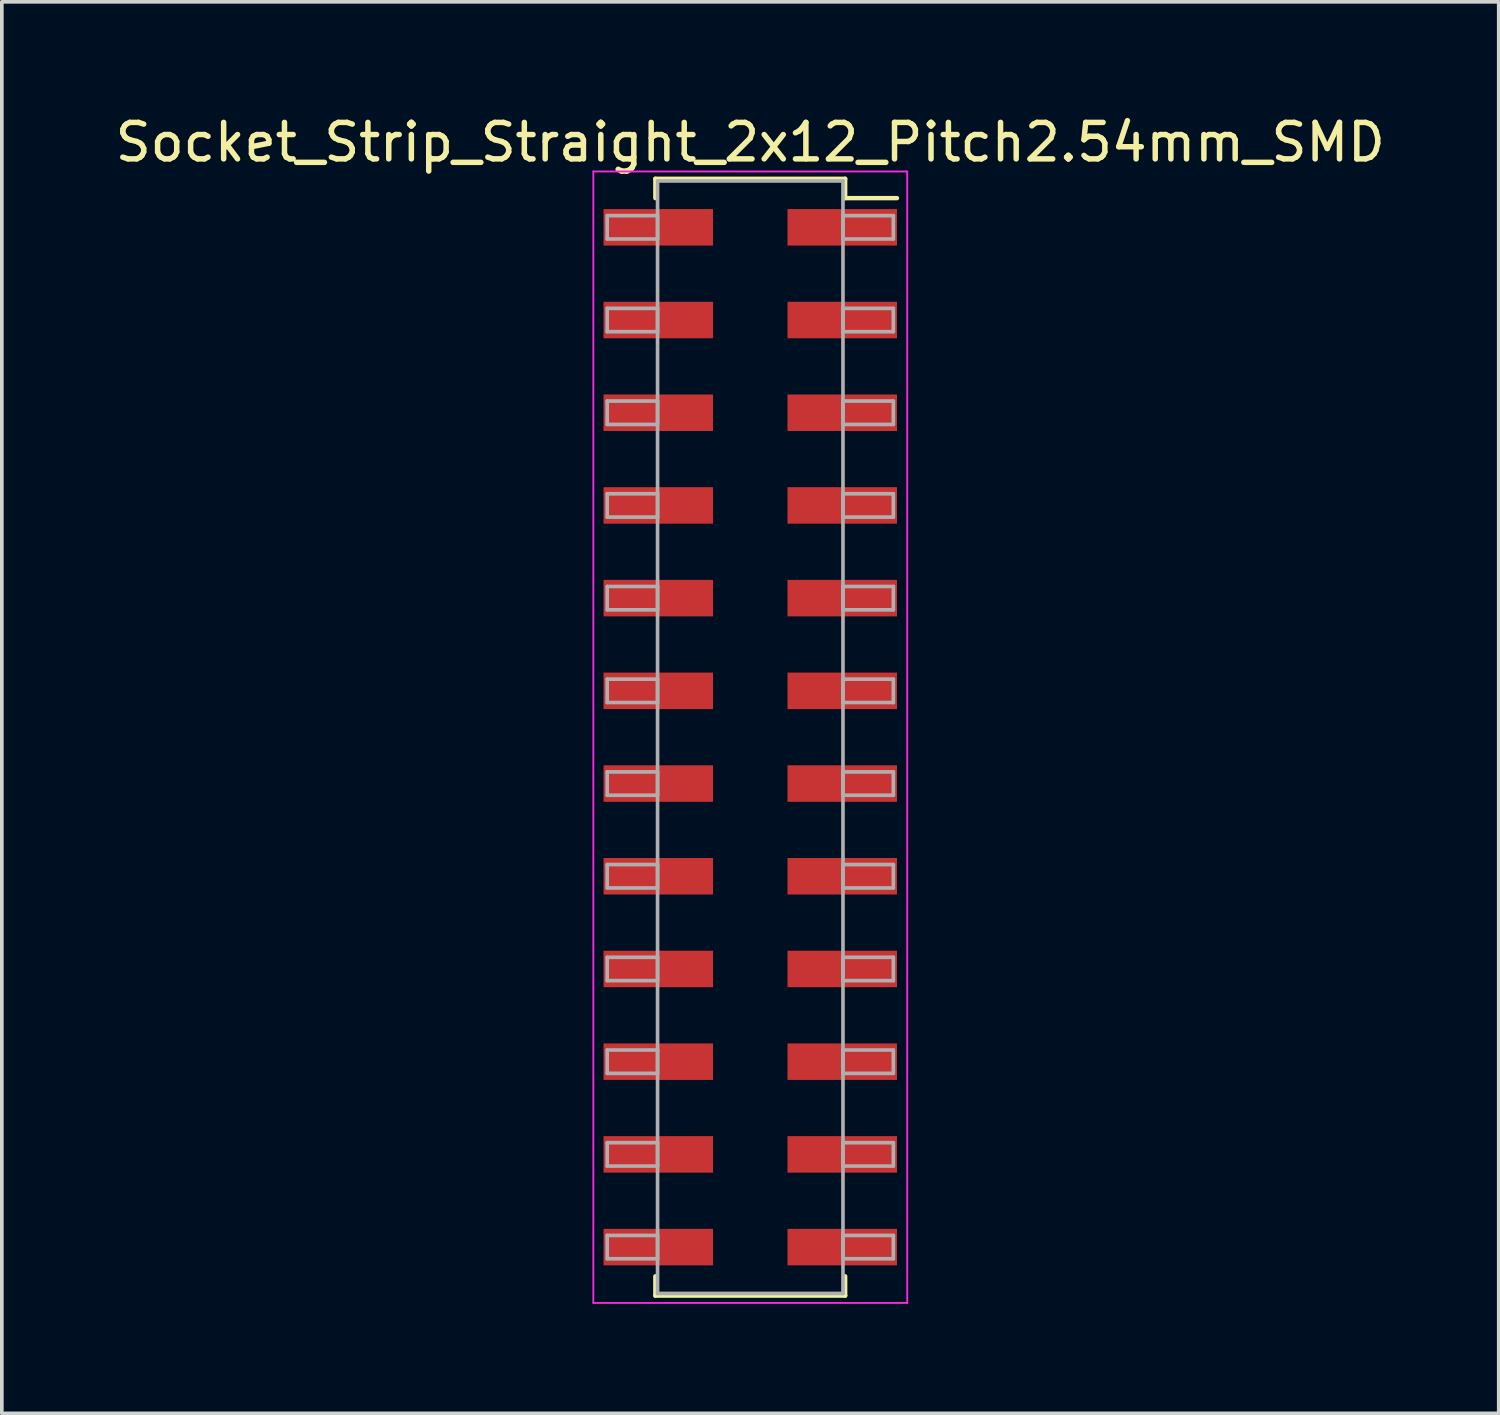
<source format=kicad_pcb>
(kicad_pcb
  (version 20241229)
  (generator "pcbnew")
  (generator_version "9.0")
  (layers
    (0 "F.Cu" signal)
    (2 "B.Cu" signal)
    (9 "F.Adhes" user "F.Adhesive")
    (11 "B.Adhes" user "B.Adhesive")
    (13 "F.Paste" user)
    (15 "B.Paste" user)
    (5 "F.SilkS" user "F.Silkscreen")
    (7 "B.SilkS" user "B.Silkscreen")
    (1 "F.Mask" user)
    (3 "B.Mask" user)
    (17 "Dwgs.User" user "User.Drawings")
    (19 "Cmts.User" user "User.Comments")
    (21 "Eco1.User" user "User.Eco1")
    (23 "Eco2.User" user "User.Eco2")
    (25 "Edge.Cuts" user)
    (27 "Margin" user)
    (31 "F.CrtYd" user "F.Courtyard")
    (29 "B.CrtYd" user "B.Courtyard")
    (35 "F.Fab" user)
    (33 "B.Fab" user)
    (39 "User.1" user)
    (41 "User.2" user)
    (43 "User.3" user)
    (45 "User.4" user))
  (footprint "Socket_Strip_Straight_2x12_Pitch2.54mm_SMD"
    (layer "F.Cu")
    (at 17.506 17.148)
    (property "Reference" "Socket_Strip_Straight_2x12_Pitch2.54mm_SMD" (at 0 -16.3 0) (layer "F.SilkS") (effects (font (size 1 1) (thickness 0.15))))
    (attr smd)
    (fp_line (start -2.6 -15.3) (end 2.6 -15.3) (stroke (width 0.12) (type solid)) (layer "F.SilkS"))
    (fp_line (start -2.6 -14.77) (end -2.6 -15.3) (stroke (width 0.12) (type solid)) (layer "F.SilkS"))
    (fp_line (start -2.6 14.77) (end -2.6 15.3) (stroke (width 0.12) (type solid)) (layer "F.SilkS"))
    (fp_line (start -2.6 15.3) (end 2.6 15.3) (stroke (width 0.12) (type solid)) (layer "F.SilkS"))
    (fp_line (start 2.6 -15.3) (end 2.6 -14.77) (stroke (width 0.12) (type solid)) (layer "F.SilkS"))
    (fp_line (start 2.6 15.3) (end 2.6 14.77) (stroke (width 0.12) (type solid)) (layer "F.SilkS"))
    (fp_line (start 4.02 -14.77) (end 2.6 -14.77) (stroke (width 0.12) (type solid)) (layer "F.SilkS"))
    (fp_line (start -4.3 -15.5) (end -4.3 15.5) (stroke (width 0.05) (type solid)) (layer "F.CrtYd"))
    (fp_line (start -4.3 15.5) (end 4.3 15.5) (stroke (width 0.05) (type solid)) (layer "F.CrtYd"))
    (fp_line (start 4.3 -15.5) (end -4.3 -15.5) (stroke (width 0.05) (type solid)) (layer "F.CrtYd"))
    (fp_line (start 4.3 15.5) (end 4.3 -15.5) (stroke (width 0.05) (type solid)) (layer "F.CrtYd"))
    (fp_line (start -3.92 -14.29) (end -2.54 -14.29) (stroke (width 0.1) (type solid)) (layer "F.Fab"))
    (fp_line (start -3.92 -13.65) (end -3.92 -14.29) (stroke (width 0.1) (type solid)) (layer "F.Fab"))
    (fp_line (start -3.92 -11.75) (end -2.54 -11.75) (stroke (width 0.1) (type solid)) (layer "F.Fab"))
    (fp_line (start -3.92 -11.11) (end -3.92 -11.75) (stroke (width 0.1) (type solid)) (layer "F.Fab"))
    (fp_line (start -3.92 -9.21) (end -2.54 -9.21) (stroke (width 0.1) (type solid)) (layer "F.Fab"))
    (fp_line (start -3.92 -8.57) (end -3.92 -9.21) (stroke (width 0.1) (type solid)) (layer "F.Fab"))
    (fp_line (start -3.92 -6.67) (end -2.54 -6.67) (stroke (width 0.1) (type solid)) (layer "F.Fab"))
    (fp_line (start -3.92 -6.03) (end -3.92 -6.67) (stroke (width 0.1) (type solid)) (layer "F.Fab"))
    (fp_line (start -3.92 -4.13) (end -2.54 -4.13) (stroke (width 0.1) (type solid)) (layer "F.Fab"))
    (fp_line (start -3.92 -3.49) (end -3.92 -4.13) (stroke (width 0.1) (type solid)) (layer "F.Fab"))
    (fp_line (start -3.92 -1.59) (end -2.54 -1.59) (stroke (width 0.1) (type solid)) (layer "F.Fab"))
    (fp_line (start -3.92 -0.95) (end -3.92 -1.59) (stroke (width 0.1) (type solid)) (layer "F.Fab"))
    (fp_line (start -3.92 0.95) (end -2.54 0.95) (stroke (width 0.1) (type solid)) (layer "F.Fab"))
    (fp_line (start -3.92 1.59) (end -3.92 0.95) (stroke (width 0.1) (type solid)) (layer "F.Fab"))
    (fp_line (start -3.92 3.49) (end -2.54 3.49) (stroke (width 0.1) (type solid)) (layer "F.Fab"))
    (fp_line (start -3.92 4.13) (end -3.92 3.49) (stroke (width 0.1) (type solid)) (layer "F.Fab"))
    (fp_line (start -3.92 6.03) (end -2.54 6.03) (stroke (width 0.1) (type solid)) (layer "F.Fab"))
    (fp_line (start -3.92 6.67) (end -3.92 6.03) (stroke (width 0.1) (type solid)) (layer "F.Fab"))
    (fp_line (start -3.92 8.57) (end -2.54 8.57) (stroke (width 0.1) (type solid)) (layer "F.Fab"))
    (fp_line (start -3.92 9.21) (end -3.92 8.57) (stroke (width 0.1) (type solid)) (layer "F.Fab"))
    (fp_line (start -3.92 11.11) (end -2.54 11.11) (stroke (width 0.1) (type solid)) (layer "F.Fab"))
    (fp_line (start -3.92 11.75) (end -3.92 11.11) (stroke (width 0.1) (type solid)) (layer "F.Fab"))
    (fp_line (start -3.92 13.65) (end -2.54 13.65) (stroke (width 0.1) (type solid)) (layer "F.Fab"))
    (fp_line (start -3.92 14.29) (end -3.92 13.65) (stroke (width 0.1) (type solid)) (layer "F.Fab"))
    (fp_line (start -2.54 -15.24) (end -2.54 15.24) (stroke (width 0.1) (type solid)) (layer "F.Fab"))
    (fp_line (start -2.54 -14.29) (end -2.54 -13.65) (stroke (width 0.1) (type solid)) (layer "F.Fab"))
    (fp_line (start -2.54 -13.65) (end -3.92 -13.65) (stroke (width 0.1) (type solid)) (layer "F.Fab"))
    (fp_line (start -2.54 -11.75) (end -2.54 -11.11) (stroke (width 0.1) (type solid)) (layer "F.Fab"))
    (fp_line (start -2.54 -11.11) (end -3.92 -11.11) (stroke (width 0.1) (type solid)) (layer "F.Fab"))
    (fp_line (start -2.54 -9.21) (end -2.54 -8.57) (stroke (width 0.1) (type solid)) (layer "F.Fab"))
    (fp_line (start -2.54 -8.57) (end -3.92 -8.57) (stroke (width 0.1) (type solid)) (layer "F.Fab"))
    (fp_line (start -2.54 -6.67) (end -2.54 -6.03) (stroke (width 0.1) (type solid)) (layer "F.Fab"))
    (fp_line (start -2.54 -6.03) (end -3.92 -6.03) (stroke (width 0.1) (type solid)) (layer "F.Fab"))
    (fp_line (start -2.54 -4.13) (end -2.54 -3.49) (stroke (width 0.1) (type solid)) (layer "F.Fab"))
    (fp_line (start -2.54 -3.49) (end -3.92 -3.49) (stroke (width 0.1) (type solid)) (layer "F.Fab"))
    (fp_line (start -2.54 -1.59) (end -2.54 -0.95) (stroke (width 0.1) (type solid)) (layer "F.Fab"))
    (fp_line (start -2.54 -0.95) (end -3.92 -0.95) (stroke (width 0.1) (type solid)) (layer "F.Fab"))
    (fp_line (start -2.54 0.95) (end -2.54 1.59) (stroke (width 0.1) (type solid)) (layer "F.Fab"))
    (fp_line (start -2.54 1.59) (end -3.92 1.59) (stroke (width 0.1) (type solid)) (layer "F.Fab"))
    (fp_line (start -2.54 3.49) (end -2.54 4.13) (stroke (width 0.1) (type solid)) (layer "F.Fab"))
    (fp_line (start -2.54 4.13) (end -3.92 4.13) (stroke (width 0.1) (type solid)) (layer "F.Fab"))
    (fp_line (start -2.54 6.03) (end -2.54 6.67) (stroke (width 0.1) (type solid)) (layer "F.Fab"))
    (fp_line (start -2.54 6.67) (end -3.92 6.67) (stroke (width 0.1) (type solid)) (layer "F.Fab"))
    (fp_line (start -2.54 8.57) (end -2.54 9.21) (stroke (width 0.1) (type solid)) (layer "F.Fab"))
    (fp_line (start -2.54 9.21) (end -3.92 9.21) (stroke (width 0.1) (type solid)) (layer "F.Fab"))
    (fp_line (start -2.54 11.11) (end -2.54 11.75) (stroke (width 0.1) (type solid)) (layer "F.Fab"))
    (fp_line (start -2.54 11.75) (end -3.92 11.75) (stroke (width 0.1) (type solid)) (layer "F.Fab"))
    (fp_line (start -2.54 13.65) (end -2.54 14.29) (stroke (width 0.1) (type solid)) (layer "F.Fab"))
    (fp_line (start -2.54 14.29) (end -3.92 14.29) (stroke (width 0.1) (type solid)) (layer "F.Fab"))
    (fp_line (start -2.54 15.24) (end 2.54 15.24) (stroke (width 0.1) (type solid)) (layer "F.Fab"))
    (fp_line (start 2.54 -15.24) (end -2.54 -15.24) (stroke (width 0.1) (type solid)) (layer "F.Fab"))
    (fp_line (start 2.54 -14.29) (end 2.54 -13.65) (stroke (width 0.1) (type solid)) (layer "F.Fab"))
    (fp_line (start 2.54 -13.65) (end 3.92 -13.65) (stroke (width 0.1) (type solid)) (layer "F.Fab"))
    (fp_line (start 2.54 -11.75) (end 2.54 -11.11) (stroke (width 0.1) (type solid)) (layer "F.Fab"))
    (fp_line (start 2.54 -11.11) (end 3.92 -11.11) (stroke (width 0.1) (type solid)) (layer "F.Fab"))
    (fp_line (start 2.54 -9.21) (end 2.54 -8.57) (stroke (width 0.1) (type solid)) (layer "F.Fab"))
    (fp_line (start 2.54 -8.57) (end 3.92 -8.57) (stroke (width 0.1) (type solid)) (layer "F.Fab"))
    (fp_line (start 2.54 -6.67) (end 2.54 -6.03) (stroke (width 0.1) (type solid)) (layer "F.Fab"))
    (fp_line (start 2.54 -6.03) (end 3.92 -6.03) (stroke (width 0.1) (type solid)) (layer "F.Fab"))
    (fp_line (start 2.54 -4.13) (end 2.54 -3.49) (stroke (width 0.1) (type solid)) (layer "F.Fab"))
    (fp_line (start 2.54 -3.49) (end 3.92 -3.49) (stroke (width 0.1) (type solid)) (layer "F.Fab"))
    (fp_line (start 2.54 -1.59) (end 2.54 -0.95) (stroke (width 0.1) (type solid)) (layer "F.Fab"))
    (fp_line (start 2.54 -0.95) (end 3.92 -0.95) (stroke (width 0.1) (type solid)) (layer "F.Fab"))
    (fp_line (start 2.54 0.95) (end 2.54 1.59) (stroke (width 0.1) (type solid)) (layer "F.Fab"))
    (fp_line (start 2.54 1.59) (end 3.92 1.59) (stroke (width 0.1) (type solid)) (layer "F.Fab"))
    (fp_line (start 2.54 3.49) (end 2.54 4.13) (stroke (width 0.1) (type solid)) (layer "F.Fab"))
    (fp_line (start 2.54 4.13) (end 3.92 4.13) (stroke (width 0.1) (type solid)) (layer "F.Fab"))
    (fp_line (start 2.54 6.03) (end 2.54 6.67) (stroke (width 0.1) (type solid)) (layer "F.Fab"))
    (fp_line (start 2.54 6.67) (end 3.92 6.67) (stroke (width 0.1) (type solid)) (layer "F.Fab"))
    (fp_line (start 2.54 8.57) (end 2.54 9.21) (stroke (width 0.1) (type solid)) (layer "F.Fab"))
    (fp_line (start 2.54 9.21) (end 3.92 9.21) (stroke (width 0.1) (type solid)) (layer "F.Fab"))
    (fp_line (start 2.54 11.11) (end 2.54 11.75) (stroke (width 0.1) (type solid)) (layer "F.Fab"))
    (fp_line (start 2.54 11.75) (end 3.92 11.75) (stroke (width 0.1) (type solid)) (layer "F.Fab"))
    (fp_line (start 2.54 13.65) (end 2.54 14.29) (stroke (width 0.1) (type solid)) (layer "F.Fab"))
    (fp_line (start 2.54 14.29) (end 3.92 14.29) (stroke (width 0.1) (type solid)) (layer "F.Fab"))
    (fp_line (start 2.54 15.24) (end 2.54 -15.24) (stroke (width 0.1) (type solid)) (layer "F.Fab"))
    (fp_line (start 3.92 -14.29) (end 2.54 -14.29) (stroke (width 0.1) (type solid)) (layer "F.Fab"))
    (fp_line (start 3.92 -13.65) (end 3.92 -14.29) (stroke (width 0.1) (type solid)) (layer "F.Fab"))
    (fp_line (start 3.92 -11.75) (end 2.54 -11.75) (stroke (width 0.1) (type solid)) (layer "F.Fab"))
    (fp_line (start 3.92 -11.11) (end 3.92 -11.75) (stroke (width 0.1) (type solid)) (layer "F.Fab"))
    (fp_line (start 3.92 -9.21) (end 2.54 -9.21) (stroke (width 0.1) (type solid)) (layer "F.Fab"))
    (fp_line (start 3.92 -8.57) (end 3.92 -9.21) (stroke (width 0.1) (type solid)) (layer "F.Fab"))
    (fp_line (start 3.92 -6.67) (end 2.54 -6.67) (stroke (width 0.1) (type solid)) (layer "F.Fab"))
    (fp_line (start 3.92 -6.03) (end 3.92 -6.67) (stroke (width 0.1) (type solid)) (layer "F.Fab"))
    (fp_line (start 3.92 -4.13) (end 2.54 -4.13) (stroke (width 0.1) (type solid)) (layer "F.Fab"))
    (fp_line (start 3.92 -3.49) (end 3.92 -4.13) (stroke (width 0.1) (type solid)) (layer "F.Fab"))
    (fp_line (start 3.92 -1.59) (end 2.54 -1.59) (stroke (width 0.1) (type solid)) (layer "F.Fab"))
    (fp_line (start 3.92 -0.95) (end 3.92 -1.59) (stroke (width 0.1) (type solid)) (layer "F.Fab"))
    (fp_line (start 3.92 0.95) (end 2.54 0.95) (stroke (width 0.1) (type solid)) (layer "F.Fab"))
    (fp_line (start 3.92 1.59) (end 3.92 0.95) (stroke (width 0.1) (type solid)) (layer "F.Fab"))
    (fp_line (start 3.92 3.49) (end 2.54 3.49) (stroke (width 0.1) (type solid)) (layer "F.Fab"))
    (fp_line (start 3.92 4.13) (end 3.92 3.49) (stroke (width 0.1) (type solid)) (layer "F.Fab"))
    (fp_line (start 3.92 6.03) (end 2.54 6.03) (stroke (width 0.1) (type solid)) (layer "F.Fab"))
    (fp_line (start 3.92 6.67) (end 3.92 6.03) (stroke (width 0.1) (type solid)) (layer "F.Fab"))
    (fp_line (start 3.92 8.57) (end 2.54 8.57) (stroke (width 0.1) (type solid)) (layer "F.Fab"))
    (fp_line (start 3.92 9.21) (end 3.92 8.57) (stroke (width 0.1) (type solid)) (layer "F.Fab"))
    (fp_line (start 3.92 11.11) (end 2.54 11.11) (stroke (width 0.1) (type solid)) (layer "F.Fab"))
    (fp_line (start 3.92 11.75) (end 3.92 11.11) (stroke (width 0.1) (type solid)) (layer "F.Fab"))
    (fp_line (start 3.92 13.65) (end 2.54 13.65) (stroke (width 0.1) (type solid)) (layer "F.Fab"))
    (fp_line (start 3.92 14.29) (end 3.92 13.65) (stroke (width 0.1) (type solid)) (layer "F.Fab"))
    (pad "1" smd rect (at 2.52 -13.97) (size 3 1) (layers "F.Cu" "F.Mask"))
    (pad "2" smd rect (at -2.52 -13.97) (size 3 1) (layers "F.Cu" "F.Mask"))
    (pad "3" smd rect (at 2.52 -11.43) (size 3 1) (layers "F.Cu" "F.Mask"))
    (pad "4" smd rect (at -2.52 -11.43) (size 3 1) (layers "F.Cu" "F.Mask"))
    (pad "5" smd rect (at 2.52 -8.89) (size 3 1) (layers "F.Cu" "F.Mask"))
    (pad "6" smd rect (at -2.52 -8.89) (size 3 1) (layers "F.Cu" "F.Mask"))
    (pad "7" smd rect (at 2.52 -6.35) (size 3 1) (layers "F.Cu" "F.Mask"))
    (pad "8" smd rect (at -2.52 -6.35) (size 3 1) (layers "F.Cu" "F.Mask"))
    (pad "9" smd rect (at 2.52 -3.81) (size 3 1) (layers "F.Cu" "F.Mask"))
    (pad "10" smd rect (at -2.52 -3.81) (size 3 1) (layers "F.Cu" "F.Mask"))
    (pad "11" smd rect (at 2.52 -1.27) (size 3 1) (layers "F.Cu" "F.Mask"))
    (pad "12" smd rect (at -2.52 -1.27) (size 3 1) (layers "F.Cu" "F.Mask"))
    (pad "13" smd rect (at 2.52 1.27) (size 3 1) (layers "F.Cu" "F.Mask"))
    (pad "14" smd rect (at -2.52 1.27) (size 3 1) (layers "F.Cu" "F.Mask"))
    (pad "15" smd rect (at 2.52 3.81) (size 3 1) (layers "F.Cu" "F.Mask"))
    (pad "16" smd rect (at -2.52 3.81) (size 3 1) (layers "F.Cu" "F.Mask"))
    (pad "17" smd rect (at 2.52 6.35) (size 3 1) (layers "F.Cu" "F.Mask"))
    (pad "18" smd rect (at -2.52 6.35) (size 3 1) (layers "F.Cu" "F.Mask"))
    (pad "19" smd rect (at 2.52 8.89) (size 3 1) (layers "F.Cu" "F.Mask"))
    (pad "20" smd rect (at -2.52 8.89) (size 3 1) (layers "F.Cu" "F.Mask"))
    (pad "21" smd rect (at 2.52 11.43) (size 3 1) (layers "F.Cu" "F.Mask"))
    (pad "22" smd rect (at -2.52 11.43) (size 3 1) (layers "F.Cu" "F.Mask"))
    (pad "23" smd rect (at 2.52 13.97) (size 3 1) (layers "F.Cu" "F.Mask"))
    (pad "24" smd rect (at -2.52 13.97) (size 3 1) (layers "F.Cu" "F.Mask")))
  (gr_rect
    (start -3 -3)
    (end 38.012 35.673)
    (stroke (width 0.1) (type default))
    (fill no)
    (layer "Edge.Cuts")))
</source>
